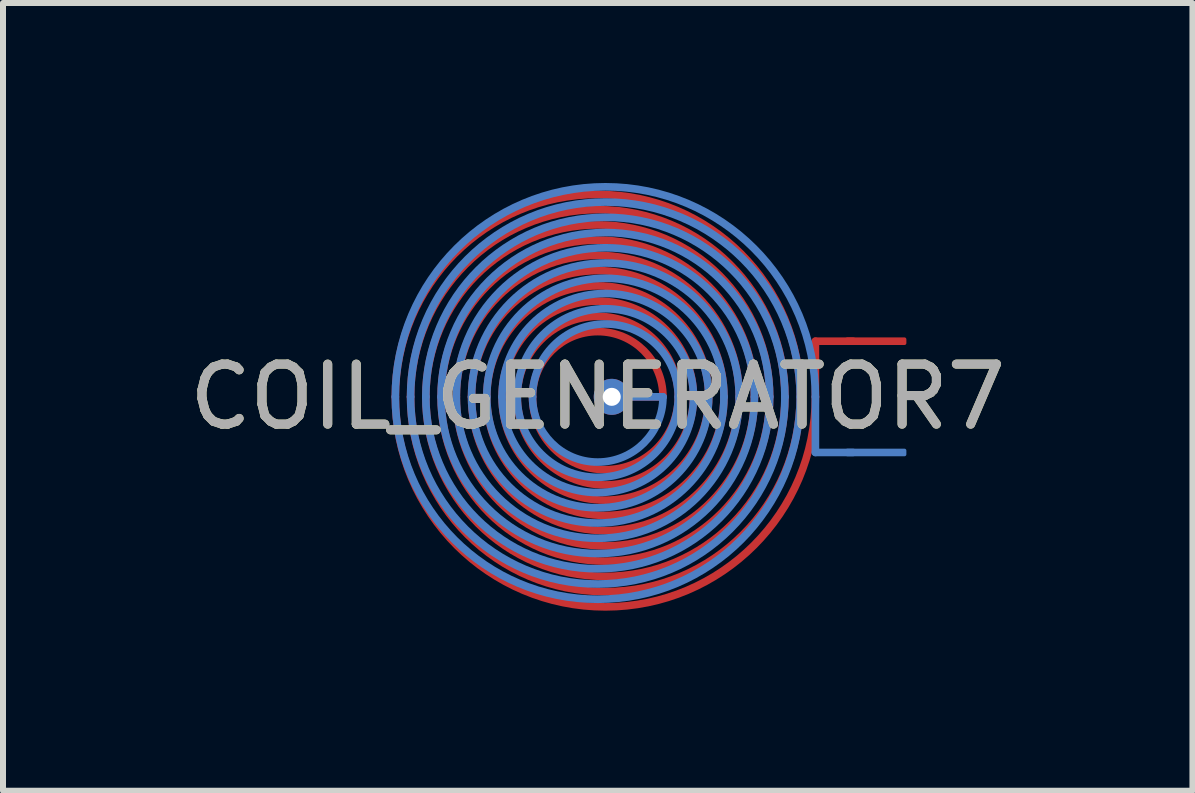
<source format=kicad_pcb>
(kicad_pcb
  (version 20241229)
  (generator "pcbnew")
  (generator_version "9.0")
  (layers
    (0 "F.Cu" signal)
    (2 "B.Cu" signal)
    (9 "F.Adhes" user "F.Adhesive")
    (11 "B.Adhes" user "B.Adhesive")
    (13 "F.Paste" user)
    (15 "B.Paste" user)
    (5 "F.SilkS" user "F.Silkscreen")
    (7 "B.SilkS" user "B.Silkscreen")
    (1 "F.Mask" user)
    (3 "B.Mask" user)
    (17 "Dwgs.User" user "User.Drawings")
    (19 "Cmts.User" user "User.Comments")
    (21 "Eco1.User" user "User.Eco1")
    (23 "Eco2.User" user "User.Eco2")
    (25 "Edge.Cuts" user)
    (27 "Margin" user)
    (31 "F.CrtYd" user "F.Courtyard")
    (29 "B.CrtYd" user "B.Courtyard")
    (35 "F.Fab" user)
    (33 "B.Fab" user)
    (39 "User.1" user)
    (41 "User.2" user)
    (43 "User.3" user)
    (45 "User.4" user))
  (footprint "COIL_GENERATOR7"
    (layer "F.Cu")
    (at 6.911 3.563)
    (property "Reference" "COIL_GENERATOR7" (at 0 0 0) (unlocked yes) (layer "F.SilkS") (effects (font (size 1 1) (thickness 0.15))))
    (attr smd exclude_from_pos_files exclude_from_bom allow_missing_courtyard)
    (fp_line (start 1.087 0) (end 0.233 0) (stroke (width 0.127) (type default)) (layer "F.Cu"))
    (fp_line (start 3.627 -0.927) (end 4.254 -0.927) (stroke (width 0.127) (type default)) (layer "F.Cu"))
    (fp_line (start 3.627 0) (end 3.627 -0.927) (stroke (width 0.127) (type default)) (layer "F.Cu"))
    (fp_arc (start -3.373 0) (mid 0 -3.373) (end 3.373 0) (stroke (width 0.127) (type default)) (layer "F.Cu"))
    (fp_arc (start -3.119 0) (mid 0 -3.119) (end 3.119 0) (stroke (width 0.127) (type default)) (layer "F.Cu"))
    (fp_arc (start -2.865 0) (mid 0 -2.865) (end 2.865 0) (stroke (width 0.127) (type default)) (layer "F.Cu"))
    (fp_arc (start -2.611 0) (mid 0 -2.611) (end 2.611 0) (stroke (width 0.127) (type default)) (layer "F.Cu"))
    (fp_arc (start -2.357 0) (mid 0 -2.357) (end 2.357 0) (stroke (width 0.127) (type default)) (layer "F.Cu"))
    (fp_arc (start -2.103 0) (mid 0 -2.103) (end 2.103 0) (stroke (width 0.127) (type default)) (layer "F.Cu"))
    (fp_arc (start -1.849 0) (mid 0 -1.849) (end 1.849 0) (stroke (width 0.127) (type default)) (layer "F.Cu"))
    (fp_arc (start -1.595 0) (mid 0 -1.595) (end 1.595 0) (stroke (width 0.127) (type default)) (layer "F.Cu"))
    (fp_arc (start -1.341 0) (mid 0 -1.341) (end 1.341 0) (stroke (width 0.127) (type default)) (layer "F.Cu"))
    (fp_arc (start -1.087 0) (mid 0 -1.087) (end 1.087 0) (stroke (width 0.127) (type default)) (layer "F.Cu"))
    (fp_arc (start 1.341 0) (mid 0.127 1.214) (end -1.087 0) (stroke (width 0.127) (type default)) (layer "F.Cu"))
    (fp_arc (start 1.595 0) (mid 0.127 1.468) (end -1.341 0) (stroke (width 0.127) (type default)) (layer "F.Cu"))
    (fp_arc (start 1.849 0) (mid 0.127 1.722) (end -1.595 0) (stroke (width 0.127) (type default)) (layer "F.Cu"))
    (fp_arc (start 2.103 0) (mid 0.127 1.976) (end -1.849 0) (stroke (width 0.127) (type default)) (layer "F.Cu"))
    (fp_arc (start 2.357 0) (mid 0.127 2.23) (end -2.103 0) (stroke (width 0.127) (type default)) (layer "F.Cu"))
    (fp_arc (start 2.611 0) (mid 0.127 2.484) (end -2.357 0) (stroke (width 0.127) (type default)) (layer "F.Cu"))
    (fp_arc (start 2.865 0) (mid 0.127 2.738) (end -2.611 0) (stroke (width 0.127) (type default)) (layer "F.Cu"))
    (fp_arc (start 3.119 0) (mid 0.127 2.992) (end -2.865 0) (stroke (width 0.127) (type default)) (layer "F.Cu"))
    (fp_arc (start 3.373 0) (mid 0.127 3.246) (end -3.119 0) (stroke (width 0.127) (type default)) (layer "F.Cu"))
    (fp_arc (start 3.627 0) (mid 0.127 3.5) (end -3.373 0) (stroke (width 0.127) (type default)) (layer "F.Cu"))
    (fp_line (start 1.087 0) (end 0.233 0) (stroke (width 0.127) (type default)) (layer "B.Cu"))
    (fp_line (start 3.627 0) (end 3.627 0.927) (stroke (width 0.127) (type default)) (layer "B.Cu"))
    (fp_line (start 3.627 0.927) (end 4.254 0.927) (stroke (width 0.127) (type default)) (layer "B.Cu"))
    (fp_arc (start -3.373 0) (mid 0.127 -3.5) (end 3.627 0) (stroke (width 0.127) (type default)) (layer "B.Cu"))
    (fp_arc (start -3.119 0) (mid 0.127 -3.246) (end 3.373 0) (stroke (width 0.127) (type default)) (layer "B.Cu"))
    (fp_arc (start -2.865 0) (mid 0.127 -2.992) (end 3.119 0) (stroke (width 0.127) (type default)) (layer "B.Cu"))
    (fp_arc (start -2.611 0) (mid 0.127 -2.738) (end 2.865 0) (stroke (width 0.127) (type default)) (layer "B.Cu"))
    (fp_arc (start -2.357 0) (mid 0.127 -2.484) (end 2.611 0) (stroke (width 0.127) (type default)) (layer "B.Cu"))
    (fp_arc (start -2.103 0) (mid 0.127 -2.23) (end 2.357 0) (stroke (width 0.127) (type default)) (layer "B.Cu"))
    (fp_arc (start -1.849 0) (mid 0.127 -1.976) (end 2.103 0) (stroke (width 0.127) (type default)) (layer "B.Cu"))
    (fp_arc (start -1.595 0) (mid 0.127 -1.722) (end 1.849 0) (stroke (width 0.127) (type default)) (layer "B.Cu"))
    (fp_arc (start -1.341 0) (mid 0.127 -1.468) (end 1.595 0) (stroke (width 0.127) (type default)) (layer "B.Cu"))
    (fp_arc (start -1.087 0) (mid 0.127 -1.214) (end 1.341 0) (stroke (width 0.127) (type default)) (layer "B.Cu"))
    (fp_arc (start 1.087 0) (mid 0 1.087) (end -1.087 0) (stroke (width 0.127) (type default)) (layer "B.Cu"))
    (fp_arc (start 1.341 0) (mid 0 1.341) (end -1.341 0) (stroke (width 0.127) (type default)) (layer "B.Cu"))
    (fp_arc (start 1.595 0) (mid 0 1.595) (end -1.595 0) (stroke (width 0.127) (type default)) (layer "B.Cu"))
    (fp_arc (start 1.849 0) (mid 0 1.849) (end -1.849 0) (stroke (width 0.127) (type default)) (layer "B.Cu"))
    (fp_arc (start 2.103 0) (mid 0 2.103) (end -2.103 0) (stroke (width 0.127) (type default)) (layer "B.Cu"))
    (fp_arc (start 2.357 0) (mid 0 2.357) (end -2.357 0) (stroke (width 0.127) (type default)) (layer "B.Cu"))
    (fp_arc (start 2.611 0) (mid 0 2.611) (end -2.611 0) (stroke (width 0.127) (type default)) (layer "B.Cu"))
    (fp_arc (start 2.865 0) (mid 0 2.865) (end -2.865 0) (stroke (width 0.127) (type default)) (layer "B.Cu"))
    (fp_arc (start 3.119 0) (mid 0 3.119) (end -3.119 0) (stroke (width 0.127) (type default)) (layer "B.Cu"))
    (fp_arc (start 3.373 0) (mid 0 3.373) (end -3.373 0) (stroke (width 0.127) (type default)) (layer "B.Cu"))
    (fp_text user "${REFERENCE}" (at 0 0 0) (unlocked yes) (layer "F.Fab") (effects (font (size 1 1) (thickness 0.15))))
    (pad "0" thru_hole circle (at 0.233 0) (size 0.6 0.6) (drill 0.3) (layers "*.Cu") (remove_unused_layers yes) (keep_end_layers yes) (zone_layer_connections))
    (pad "1" smd roundrect (at 4.635 -0.927) (size 1.016 0.127) (layers "F.Cu") (roundrect_rratio 0.25))
    (pad "2" smd roundrect (at 4.635 0.927) (size 1.016 0.127) (layers "B.Cu") (roundrect_rratio 0.25)))
  (gr_rect
    (start -3 -3)
    (end 16.821 10.127)
    (stroke (width 0.1) (type default))
    (fill no)
    (layer "Edge.Cuts")))
</source>
